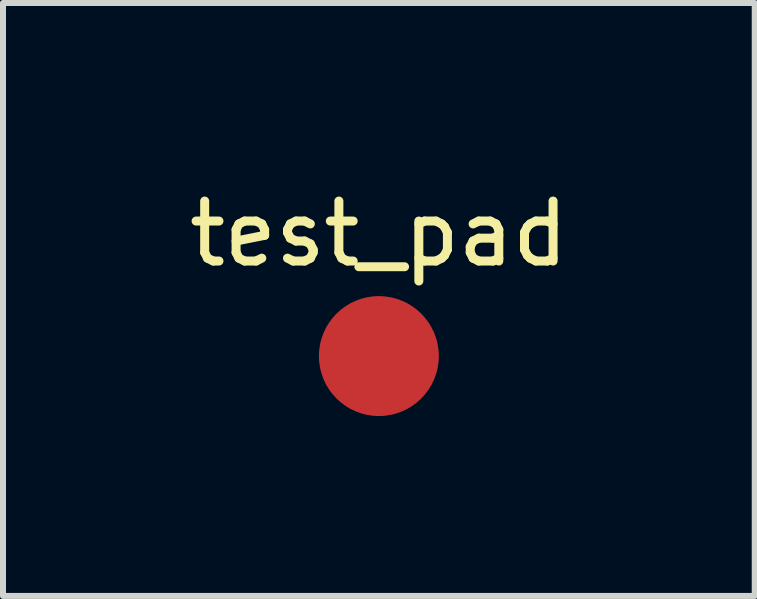
<source format=kicad_pcb>
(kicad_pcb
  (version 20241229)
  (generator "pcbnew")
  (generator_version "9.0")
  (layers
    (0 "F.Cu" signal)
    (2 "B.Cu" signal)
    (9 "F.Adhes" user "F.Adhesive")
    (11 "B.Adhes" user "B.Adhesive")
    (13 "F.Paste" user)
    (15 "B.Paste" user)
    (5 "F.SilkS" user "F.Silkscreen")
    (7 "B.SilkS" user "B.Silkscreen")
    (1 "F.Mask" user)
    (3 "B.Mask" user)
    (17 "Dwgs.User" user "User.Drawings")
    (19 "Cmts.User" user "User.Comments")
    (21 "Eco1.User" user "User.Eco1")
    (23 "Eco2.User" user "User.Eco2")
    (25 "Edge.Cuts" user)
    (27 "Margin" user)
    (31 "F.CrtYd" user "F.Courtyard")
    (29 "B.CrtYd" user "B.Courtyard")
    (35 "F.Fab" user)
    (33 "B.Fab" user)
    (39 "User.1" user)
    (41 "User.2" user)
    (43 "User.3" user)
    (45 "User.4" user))
  (footprint "test_pad"
    (layer "F.Cu")
    (at 3.268 0.348)
    (property "Reference" "test_pad" (at 0 0.5 0) (layer "F.SilkS") (effects (font (size 1 1) (thickness 0.15))))
    (attr through_hole)
    (pad "1" smd circle (at 0 2.54) (size 2 2) (layers "F.Cu" "F.Mask" "F.Paste")))
  (gr_rect
    (start -3 -3)
    (end 9.536 6.888)
    (stroke (width 0.1) (type default))
    (fill no)
    (layer "Edge.Cuts")))
</source>
